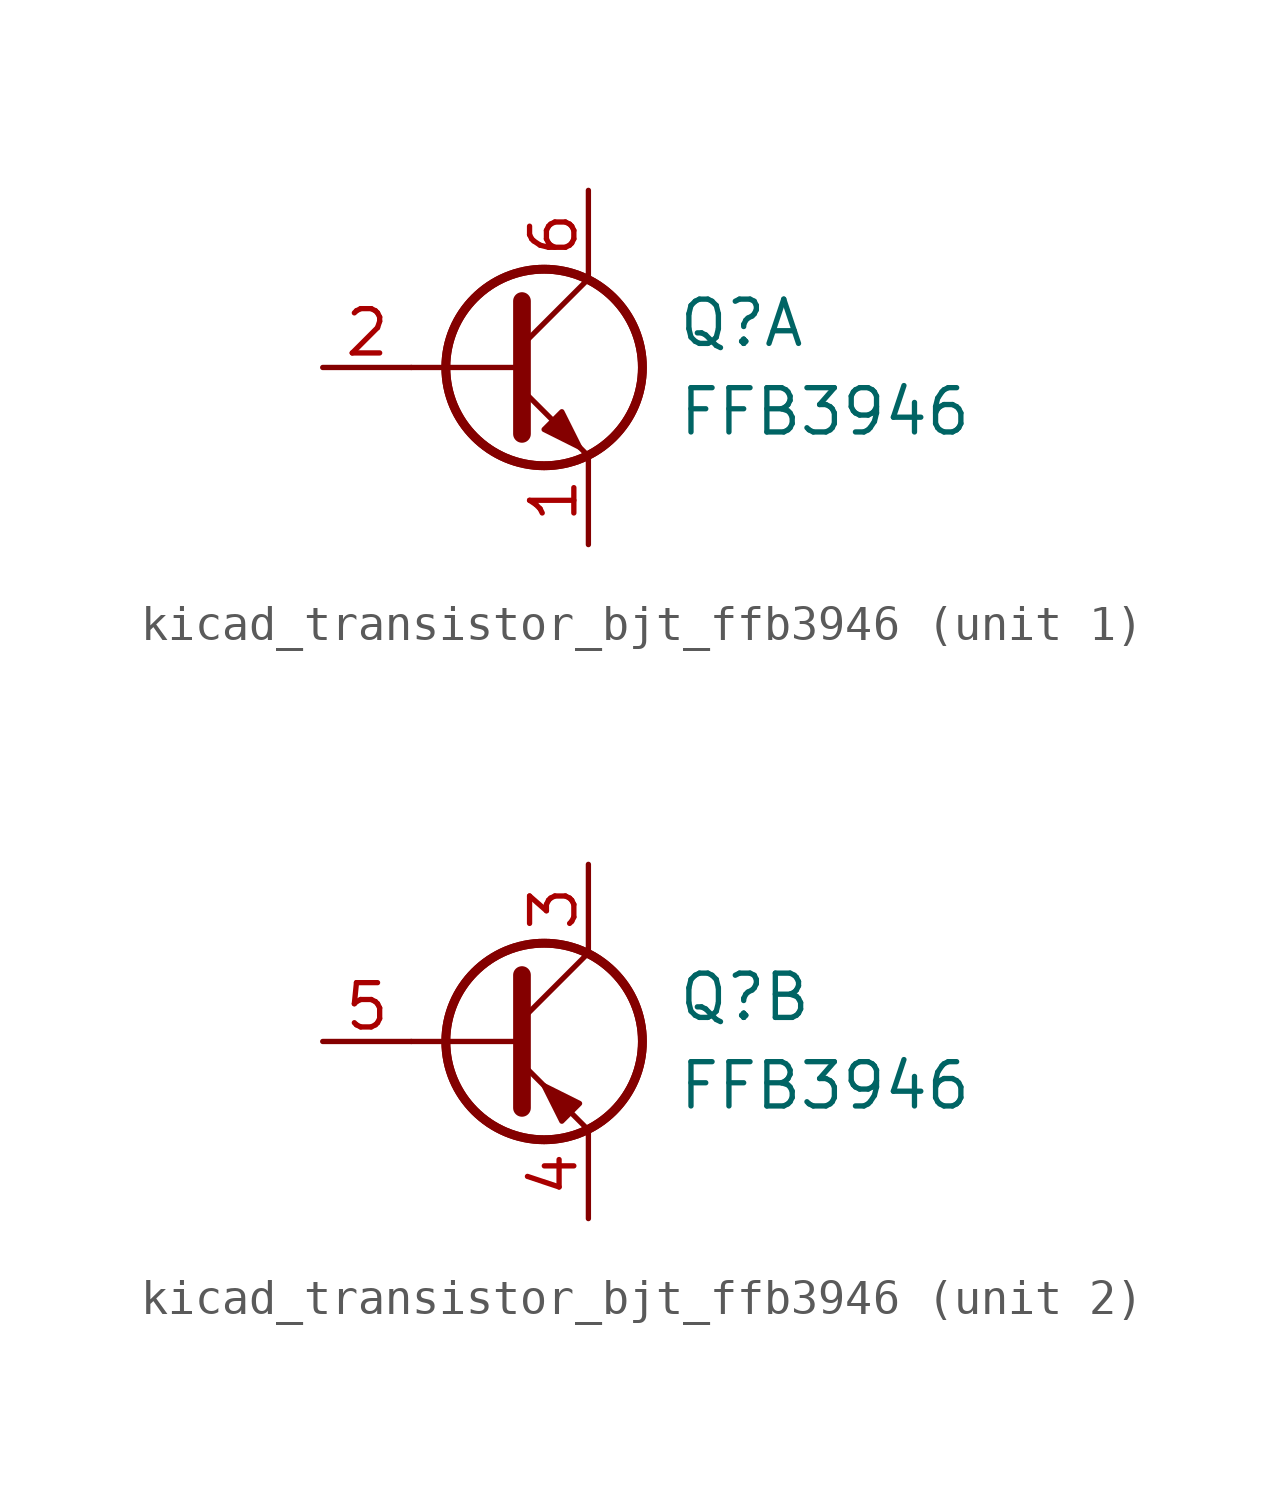
<source format=kicad_sym>
(kicad_symbol_lib
  (version 20220914)
  (generator kicad_symbol_editor)
  (symbol "kicad_transistor_bjt_ffb3946"
    (pin_names
      (offset 0) hide)
    (property "Reference" "Q"
      (at 5.08 1.27 0)
      (effects (font (size 1.27 1.27)) (justify left)))
    (property "Value" "FFB3946"
      (at 5.08 -1.27 0)
      (effects (font (size 1.27 1.27)) (justify left)))
    (property "ki_locked" ""
      (at 0 0 0)
      (effects (font (size 1.27 1.27))))
    (symbol "kicad_transistor_bjt_ffb3946_0_1"
      (polyline (pts (xy 0.635 0) (xy -2.54 0)) (stroke (width 0) (type default)) (fill (type none)))
      (circle (center 1.27 0) (radius 2.819) (stroke (width 0.254) (type default)) (fill (type none)))
      (circle (center 1.27 0) (radius 2.819) (stroke (width 0.254) (type default)) (fill (type none))))
    (symbol "kicad_transistor_bjt_ffb3946_1_1"
      (polyline (pts (xy 0.635 0.635) (xy 2.54 2.54)) (stroke (width 0) (type default)) (fill (type none)))
      (polyline (pts (xy 0.635 -0.635) (xy 2.54 -2.54) (xy 2.54 -2.54)) (stroke (width 0) (type default)) (fill (type none)))
      (polyline (pts (xy 0.635 1.905) (xy 0.635 -1.905) (xy 0.635 -1.905)) (stroke (width 0.508) (type default)) (fill (type none)))
      (polyline (pts (xy 1.27 -1.778) (xy 1.778 -1.27) (xy 2.286 -2.286) (xy 1.27 -1.778) (xy 1.27 -1.778)) (stroke (width 0) (type default)) (fill (type outline)))
      (pin passive line (at 2.54 -5.08 90) (length 2.54) (name "E1" (effects (font (size 1.27 1.27)))) (number "1" (effects (font (size 1.27 1.27)))))
      (pin input line (at -5.08 0 0) (length 2.54) (name "B1" (effects (font (size 1.27 1.27)))) (number "2" (effects (font (size 1.27 1.27)))))
      (pin passive line (at 2.54 5.08 270) (length 2.54) (name "C1" (effects (font (size 1.27 1.27)))) (number "6" (effects (font (size 1.27 1.27))))))
    (symbol "kicad_transistor_bjt_ffb3946_2_1"
      (polyline (pts (xy 0.635 0.635) (xy 2.54 2.54)) (stroke (width 0) (type default)) (fill (type none)))
      (polyline (pts (xy 0.635 -0.635) (xy 2.54 -2.54) (xy 2.54 -2.54)) (stroke (width 0) (type default)) (fill (type none)))
      (polyline (pts (xy 0.635 1.905) (xy 0.635 -1.905) (xy 0.635 -1.905)) (stroke (width 0.508) (type default)) (fill (type none)))
      (polyline (pts (xy 2.286 -1.778) (xy 1.778 -2.286) (xy 1.27 -1.27) (xy 2.286 -1.778) (xy 2.286 -1.778)) (stroke (width 0) (type default)) (fill (type outline)))
      (pin passive line (at 2.54 5.08 270) (length 2.54) (name "C2" (effects (font (size 1.27 1.27)))) (number "3" (effects (font (size 1.27 1.27)))))
      (pin passive line (at 2.54 -5.08 90) (length 2.54) (name "E2" (effects (font (size 1.27 1.27)))) (number "4" (effects (font (size 1.27 1.27)))))
      (pin input line (at -5.08 0 0) (length 2.54) (name "B2" (effects (font (size 1.27 1.27)))) (number "5" (effects (font (size 1.27 1.27))))))))
</source>
